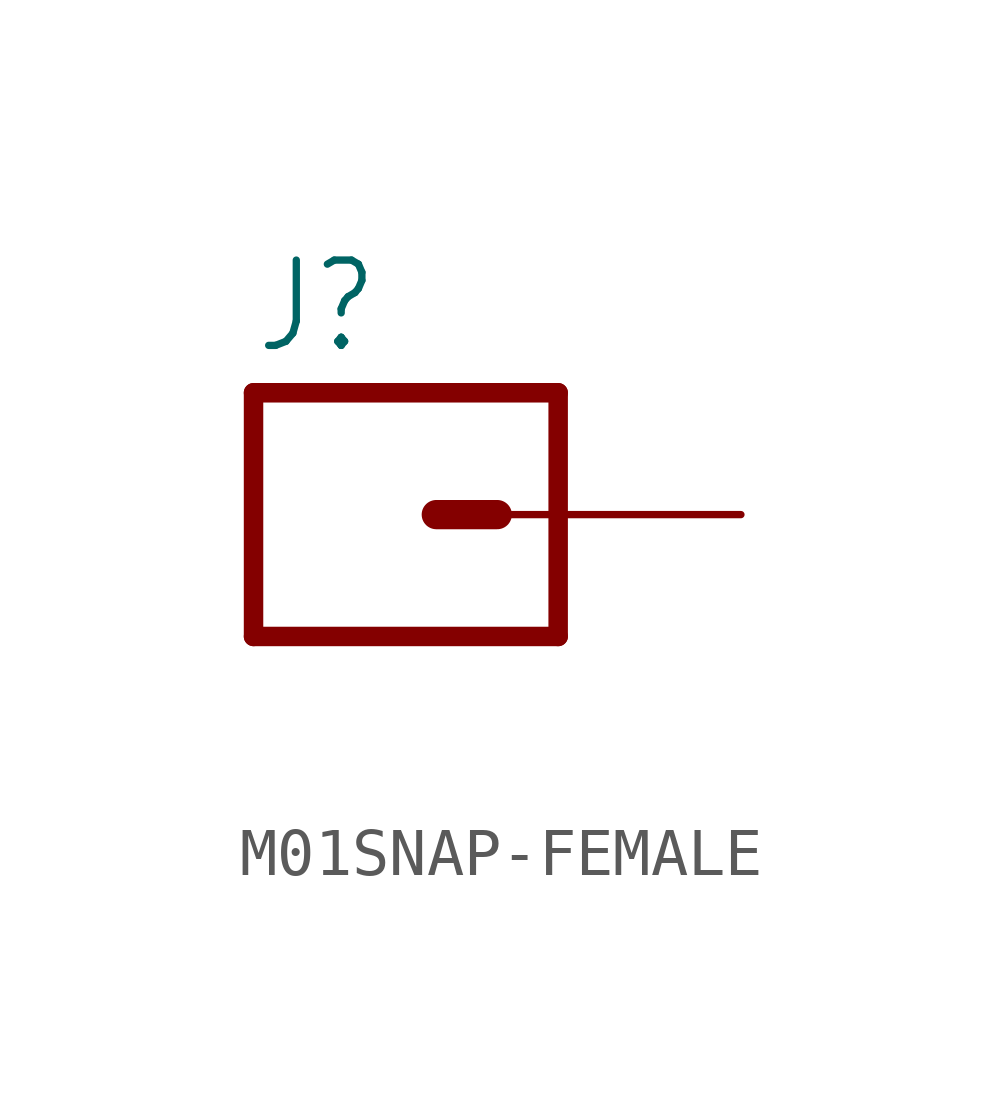
<source format=kicad_sym>
(kicad_symbol_lib
  (version 20231120)
  (generator "kicad_symbol_editor")
  (generator_version "8.0")
  (symbol "M01SNAP-FEMALE"
    (property "Reference" "J"
      (at -2.54 3.302 0)
      (effects (font (size 1.778 1.511)) (justify left bottom)))
    (property "Value" ""
      (at -2.54 -5.08 0)
      (effects (font (size 1.778 1.511)) (justify left bottom)))
    (property "ki_locked" ""
      (at 0 0 0)
      (effects (font (size 1.27 1.27))))
    (symbol "M01SNAP-FEMALE_1_0"
      (polyline (pts (xy -2.54 2.54) (xy -2.54 -2.54)) (stroke (width 0.406) (type solid)) (fill (type none)))
      (polyline (pts (xy -2.54 2.54) (xy 3.81 2.54)) (stroke (width 0.406) (type solid)) (fill (type none)))
      (polyline (pts (xy 1.27 0) (xy 2.54 0)) (stroke (width 0.61) (type solid)) (fill (type none)))
      (polyline (pts (xy 3.81 -2.54) (xy -2.54 -2.54)) (stroke (width 0.406) (type solid)) (fill (type none)))
      (polyline (pts (xy 3.81 -2.54) (xy 3.81 2.54)) (stroke (width 0.406) (type solid)) (fill (type none)))
      (pin passive line (at 7.62 0 180) (length 5.08) (name "1" (effects (font (size 0 0)))) (number "1" (effects (font (size 0 0))))))))
</source>
